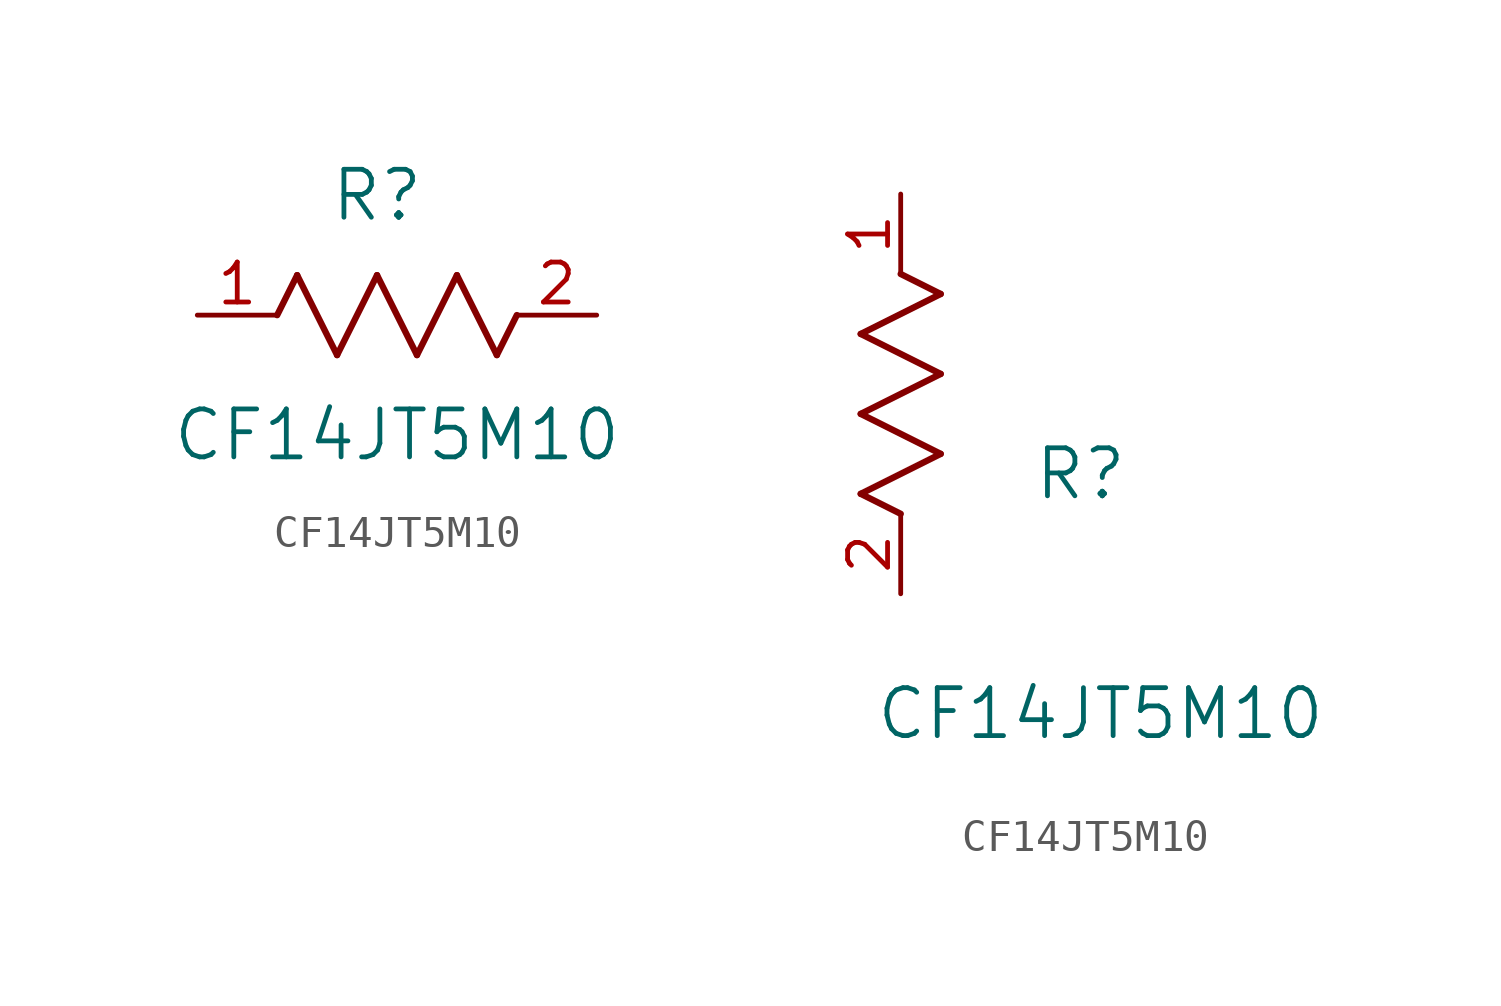
<source format=kicad_sym>
(kicad_symbol_lib
  (version 20211014)
  (generator kicad_symbol_editor)
  (symbol "CF14JT5M10"
    (pin_names
      (offset 0.254))
    (property "Reference" "R"
      (at 5.715 3.81 0)
      (effects (font (size 1.524 1.524))))
    (property "Value" "CF14JT5M10"
      (at 6.35 -3.81 0)
      (effects (font (size 1.524 1.524))))
    (symbol "CF14JT5M10_1_1"
      (polyline (pts (xy 3.175 1.27) (xy 4.445 -1.27)) (stroke (width 0.203) (type default) (color 0 0 0 0)) (fill (type none)))
      (polyline (pts (xy 4.445 -1.27) (xy 5.715 1.27)) (stroke (width 0.203) (type default) (color 0 0 0 0)) (fill (type none)))
      (polyline (pts (xy 5.715 1.27) (xy 6.985 -1.27)) (stroke (width 0.203) (type default) (color 0 0 0 0)) (fill (type none)))
      (polyline (pts (xy 6.985 -1.27) (xy 8.255 1.27)) (stroke (width 0.203) (type default) (color 0 0 0 0)) (fill (type none)))
      (polyline (pts (xy 8.255 1.27) (xy 9.525 -1.27)) (stroke (width 0.203) (type default) (color 0 0 0 0)) (fill (type none)))
      (polyline (pts (xy 2.54 0) (xy 3.175 1.27)) (stroke (width 0.203) (type default) (color 0 0 0 0)) (fill (type none)))
      (polyline (pts (xy 9.525 -1.27) (xy 10.16 0)) (stroke (width 0.203) (type default) (color 0 0 0 0)) (fill (type none)))
      (pin unspecified line (at 0 0 0) (length 2.54) (name "" (effects (font (size 1.27 1.27)))) (number "1" (effects (font (size 1.27 1.27)))))
      (pin unspecified line (at 12.7 0 180) (length 2.54) (name "" (effects (font (size 1.27 1.27)))) (number "2" (effects (font (size 1.27 1.27))))))
    (symbol "CF14JT5M10_1_2"
      (polyline (pts (xy 0 2.54) (xy -1.27 3.175)) (stroke (width 0.203) (type default) (color 0 0 0 0)) (fill (type none)))
      (polyline (pts (xy -1.27 3.175) (xy 1.27 4.445)) (stroke (width 0.203) (type default) (color 0 0 0 0)) (fill (type none)))
      (polyline (pts (xy 1.27 4.445) (xy -1.27 5.715)) (stroke (width 0.203) (type default) (color 0 0 0 0)) (fill (type none)))
      (polyline (pts (xy -1.27 5.715) (xy 1.27 6.985)) (stroke (width 0.203) (type default) (color 0 0 0 0)) (fill (type none)))
      (polyline (pts (xy -1.27 8.255) (xy 1.27 9.525)) (stroke (width 0.203) (type default) (color 0 0 0 0)) (fill (type none)))
      (polyline (pts (xy 1.27 9.525) (xy 0 10.16)) (stroke (width 0.203) (type default) (color 0 0 0 0)) (fill (type none)))
      (polyline (pts (xy 1.27 6.985) (xy -1.27 8.255)) (stroke (width 0.203) (type default) (color 0 0 0 0)) (fill (type none)))
      (pin unspecified line (at 0 12.7 270) (length 2.54) (name "" (effects (font (size 1.27 1.27)))) (number "1" (effects (font (size 1.27 1.27)))))
      (pin unspecified line (at 0 0 90) (length 2.54) (name "" (effects (font (size 1.27 1.27)))) (number "2" (effects (font (size 1.27 1.27))))))))
</source>
